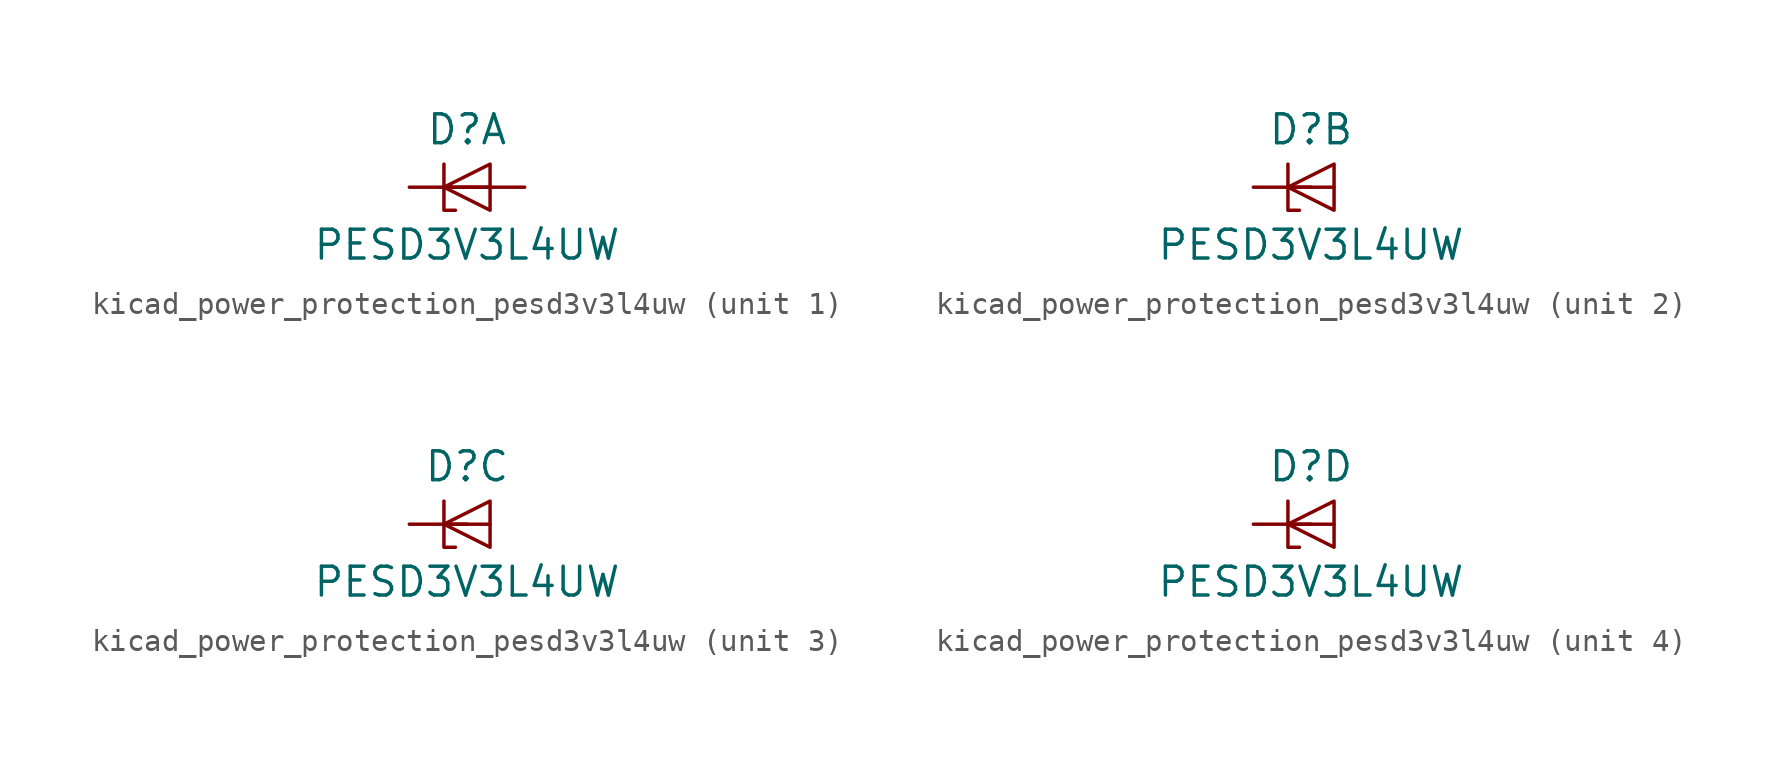
<source format=kicad_sym>
(kicad_symbol_lib
  (version 20220914)
  (generator kicad_symbol_editor)
  (symbol "kicad_power_protection_pesd3v3l4uw"
    (pin_numbers hide)
    (pin_names hide)
    (property "Reference" "D"
      (at 0 2.54 0)
      (effects (font (size 1.27 1.27))))
    (property "Value" "PESD3V3L4UW"
      (at 0 -2.54 0)
      (effects (font (size 1.27 1.27))))
    (property "ki_locked" ""
      (at 0 0 0)
      (effects (font (size 1.27 1.27))))
    (symbol "kicad_power_protection_pesd3v3l4uw_0_1"
      (polyline (pts (xy -1.016 0) (xy 1.016 0)) (stroke (width 0) (type default)) (fill (type none)))
      (polyline (pts (xy -1.016 1.016) (xy -1.016 -1.016) (xy -0.508 -1.016)) (stroke (width 0) (type default)) (fill (type none)))
      (polyline (pts (xy 1.016 1.016) (xy -1.016 0) (xy 1.016 -1.016) (xy 1.016 1.016)) (stroke (width 0) (type default)) (fill (type none))))
    (symbol "kicad_power_protection_pesd3v3l4uw_1_1"
      (pin passive line (at -2.54 0 0) (length 2.54) (name "K1" (effects (font (size 1.27 1.27)))) (number "1" (effects (font (size 1.27 1.27)))))
      (pin passive line (at 2.54 0 180) (length 2.54) (name "A" (effects (font (size 1.27 1.27)))) (number "2" (effects (font (size 1.27 1.27))))))
    (symbol "kicad_power_protection_pesd3v3l4uw_2_1"
      (pin passive line (at -2.54 0 0) (length 2.54) (name "K2" (effects (font (size 1.27 1.27)))) (number "3" (effects (font (size 1.27 1.27))))))
    (symbol "kicad_power_protection_pesd3v3l4uw_3_1"
      (pin passive line (at -2.54 0 0) (length 2.54) (name "K3" (effects (font (size 1.27 1.27)))) (number "4" (effects (font (size 1.27 1.27))))))
    (symbol "kicad_power_protection_pesd3v3l4uw_4_1"
      (pin passive line (at -2.54 0 0) (length 2.54) (name "K4" (effects (font (size 1.27 1.27)))) (number "5" (effects (font (size 1.27 1.27))))))))
</source>
